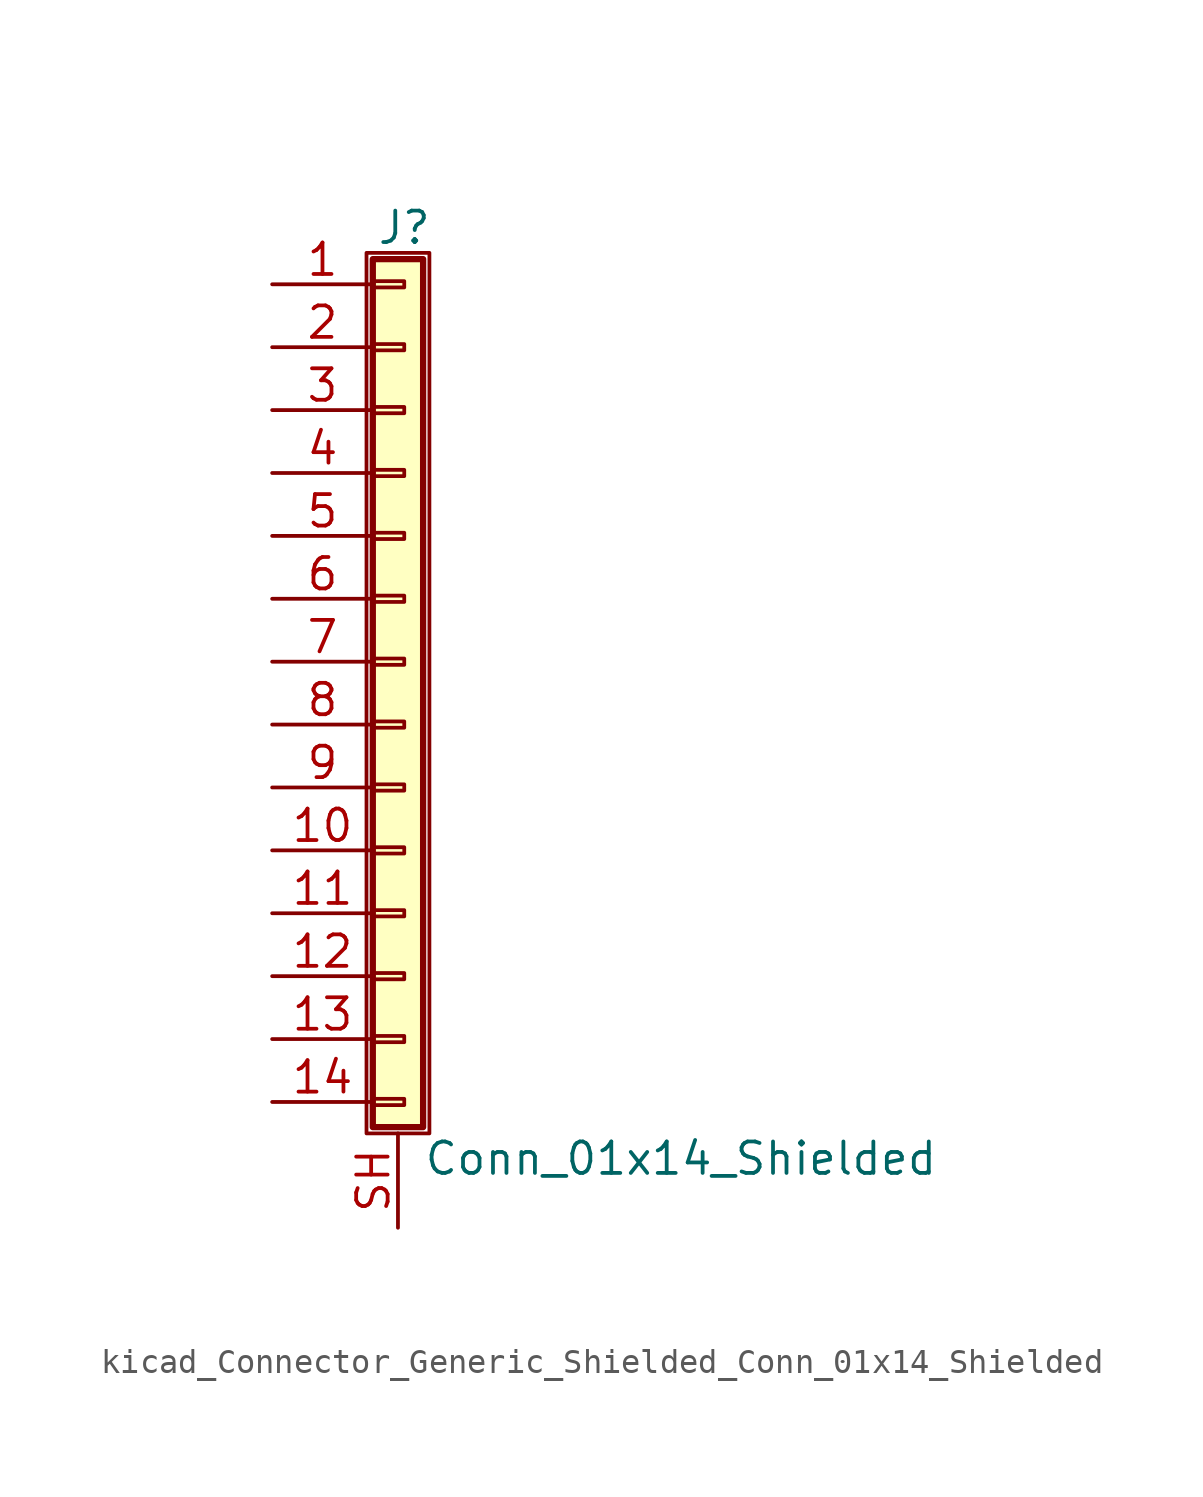
<source format=kicad_sym>
(kicad_symbol_lib
  (version 20220914)
  (generator kicad_symbol_editor)
  (symbol "kicad_Connector_Generic_Shielded_Conn_01x14_Shielded"
    (pin_names
      (offset 1.016) hide)
    (property "Reference" "J"
      (at 0.254 17.526 0)
      (effects (font (size 1.27 1.27))))
    (property "Value" "Conn_01x14_Shielded"
      (at 1.016 -20.066 0)
      (effects (font (size 1.27 1.27)) (justify left)))
    (symbol "kicad_Connector_Generic_Shielded_Conn_01x14_Shielded_1_1"
      (rectangle (start -1.27 16.51) (end 1.27 -19.05) (stroke (width 0.152) (type default)) (fill (type none)))
      (rectangle (start -1.016 -17.653) (end 0.254 -17.907) (stroke (width 0.152) (type default)) (fill (type none)))
      (rectangle (start -1.016 -15.113) (end 0.254 -15.367) (stroke (width 0.152) (type default)) (fill (type none)))
      (rectangle (start -1.016 -12.573) (end 0.254 -12.827) (stroke (width 0.152) (type default)) (fill (type none)))
      (rectangle (start -1.016 -10.033) (end 0.254 -10.287) (stroke (width 0.152) (type default)) (fill (type none)))
      (rectangle (start -1.016 -7.493) (end 0.254 -7.747) (stroke (width 0.152) (type default)) (fill (type none)))
      (rectangle (start -1.016 -4.953) (end 0.254 -5.207) (stroke (width 0.152) (type default)) (fill (type none)))
      (rectangle (start -1.016 -2.413) (end 0.254 -2.667) (stroke (width 0.152) (type default)) (fill (type none)))
      (rectangle (start -1.016 0.127) (end 0.254 -0.127) (stroke (width 0.152) (type default)) (fill (type none)))
      (rectangle (start -1.016 2.667) (end 0.254 2.413) (stroke (width 0.152) (type default)) (fill (type none)))
      (rectangle (start -1.016 5.207) (end 0.254 4.953) (stroke (width 0.152) (type default)) (fill (type none)))
      (rectangle (start -1.016 7.747) (end 0.254 7.493) (stroke (width 0.152) (type default)) (fill (type none)))
      (rectangle (start -1.016 10.287) (end 0.254 10.033) (stroke (width 0.152) (type default)) (fill (type none)))
      (rectangle (start -1.016 12.827) (end 0.254 12.573) (stroke (width 0.152) (type default)) (fill (type none)))
      (rectangle (start -1.016 15.367) (end 0.254 15.113) (stroke (width 0.152) (type default)) (fill (type none)))
      (rectangle (start -1.016 16.256) (end 1.016 -18.796) (stroke (width 0.254) (type default)) (fill (type background)))
      (pin passive line (at -5.08 15.24 0) (length 4.064) (name "Pin_1" (effects (font (size 1.27 1.27)))) (number "1" (effects (font (size 1.27 1.27)))))
      (pin passive line (at -5.08 -7.62 0) (length 4.064) (name "Pin_10" (effects (font (size 1.27 1.27)))) (number "10" (effects (font (size 1.27 1.27)))))
      (pin passive line (at -5.08 -10.16 0) (length 4.064) (name "Pin_11" (effects (font (size 1.27 1.27)))) (number "11" (effects (font (size 1.27 1.27)))))
      (pin passive line (at -5.08 -12.7 0) (length 4.064) (name "Pin_12" (effects (font (size 1.27 1.27)))) (number "12" (effects (font (size 1.27 1.27)))))
      (pin passive line (at -5.08 -15.24 0) (length 4.064) (name "Pin_13" (effects (font (size 1.27 1.27)))) (number "13" (effects (font (size 1.27 1.27)))))
      (pin passive line (at -5.08 -17.78 0) (length 4.064) (name "Pin_14" (effects (font (size 1.27 1.27)))) (number "14" (effects (font (size 1.27 1.27)))))
      (pin passive line (at -5.08 12.7 0) (length 4.064) (name "Pin_2" (effects (font (size 1.27 1.27)))) (number "2" (effects (font (size 1.27 1.27)))))
      (pin passive line (at -5.08 10.16 0) (length 4.064) (name "Pin_3" (effects (font (size 1.27 1.27)))) (number "3" (effects (font (size 1.27 1.27)))))
      (pin passive line (at -5.08 7.62 0) (length 4.064) (name "Pin_4" (effects (font (size 1.27 1.27)))) (number "4" (effects (font (size 1.27 1.27)))))
      (pin passive line (at -5.08 5.08 0) (length 4.064) (name "Pin_5" (effects (font (size 1.27 1.27)))) (number "5" (effects (font (size 1.27 1.27)))))
      (pin passive line (at -5.08 2.54 0) (length 4.064) (name "Pin_6" (effects (font (size 1.27 1.27)))) (number "6" (effects (font (size 1.27 1.27)))))
      (pin passive line (at -5.08 0 0) (length 4.064) (name "Pin_7" (effects (font (size 1.27 1.27)))) (number "7" (effects (font (size 1.27 1.27)))))
      (pin passive line (at -5.08 -2.54 0) (length 4.064) (name "Pin_8" (effects (font (size 1.27 1.27)))) (number "8" (effects (font (size 1.27 1.27)))))
      (pin passive line (at -5.08 -5.08 0) (length 4.064) (name "Pin_9" (effects (font (size 1.27 1.27)))) (number "9" (effects (font (size 1.27 1.27)))))
      (pin passive line (at 0 -22.86 90) (length 3.81) (name "Shield" (effects (font (size 1.27 1.27)))) (number "SH" (effects (font (size 1.27 1.27))))))))
</source>
